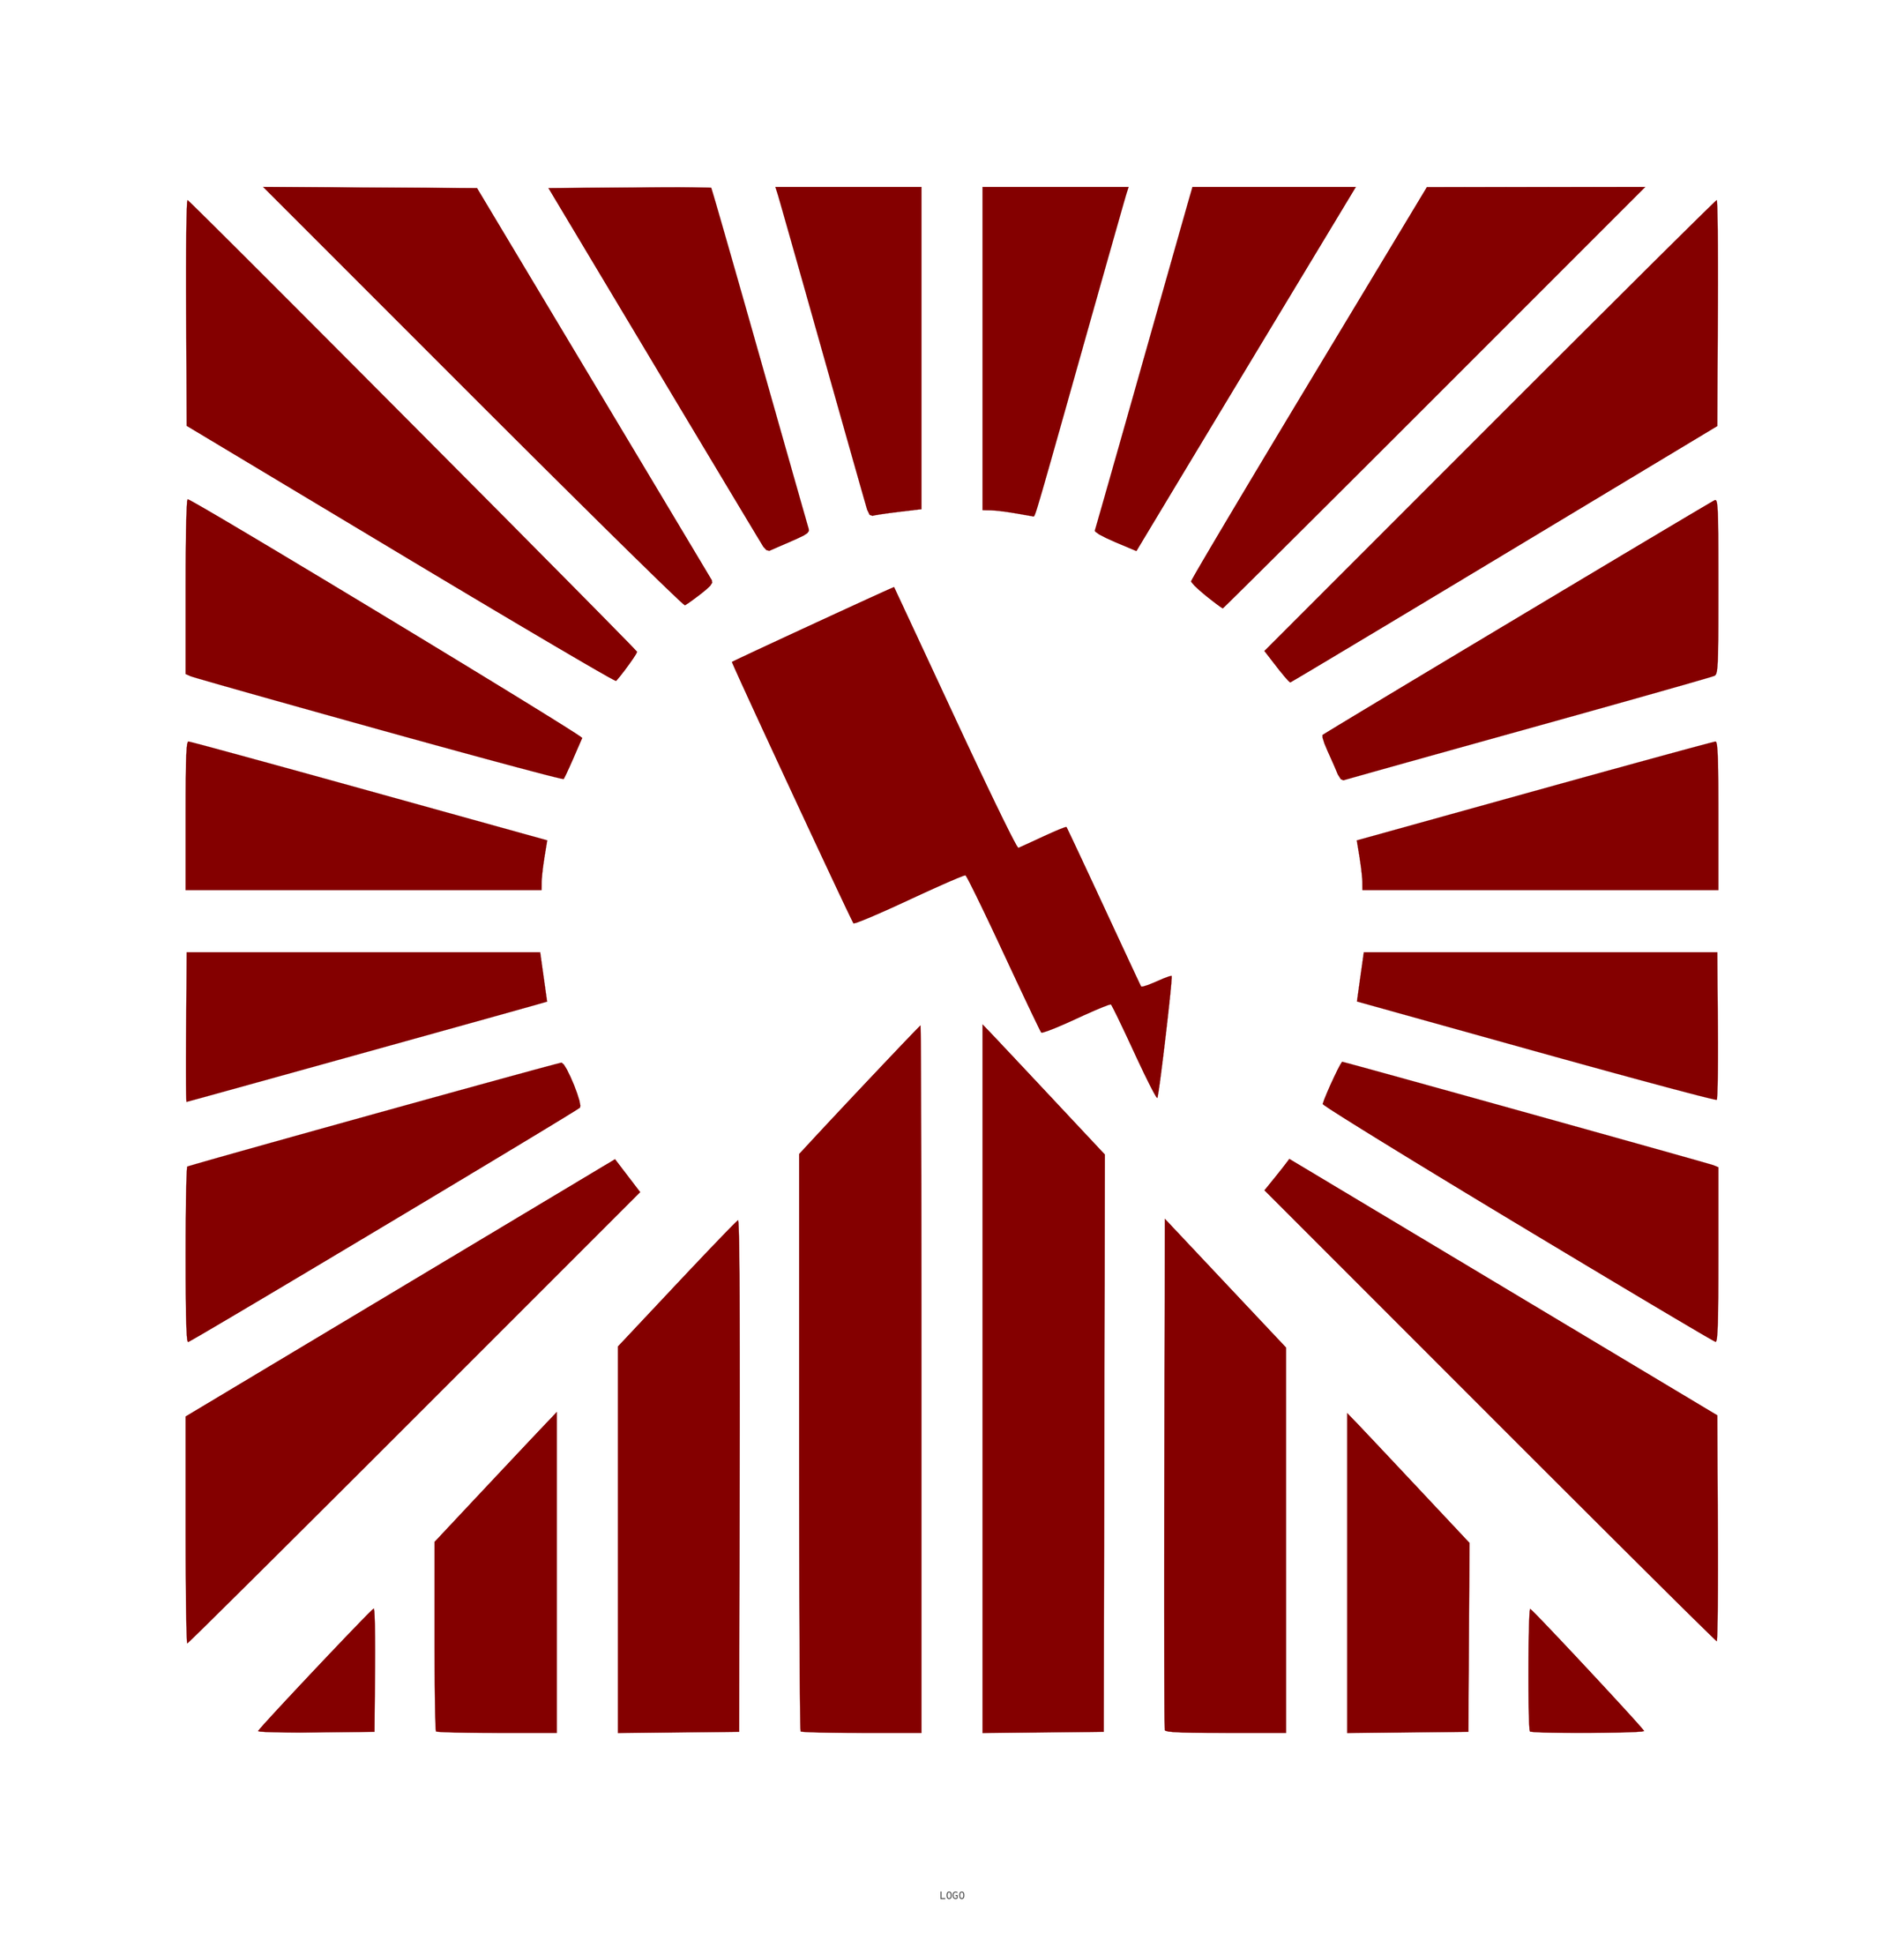
<source format=kicad_sym>
(kicad_symbol_lib
  (version 20220914)
  (generator "bitmap2component")
  (generator_version "9.0")
  (symbol "LOGO"
    (pin_names
      (offset 1.016))
    (property "Reference" "#G"
      (at 0 104.478 0)
      (effects (font (size 1.27 1.27)) hide))
    (symbol "LOGO_0_0"
      (polyline (pts (xy -78.724 -97.484) (xy -71.471 -97.412) (xy -71.4 -89.778) (xy -71.397 -89.421) (xy -71.389 -87.481) (xy -71.397 -85.742) (xy -71.419 -84.27) (xy -71.454 -83.135) (xy -71.5 -82.403) (xy -71.557 -82.145) (xy -71.76 -82.315) (xy -72.286 -82.832) (xy -73.084 -83.643) (xy -74.103 -84.696) (xy -75.296 -85.939) (xy -76.612 -87.32) (xy -78.003 -88.786) (xy -79.418 -90.285) (xy -80.809 -91.765) (xy -82.127 -93.174) (xy -83.322 -94.459) (xy -84.344 -95.569) (xy -85.145 -96.45) (xy -85.675 -97.051) (xy -85.884 -97.32) (xy -85.664 -97.379) (xy -84.968 -97.429) (xy -83.86 -97.466) (xy -82.407 -97.488) (xy -80.673 -97.495) (xy -78.724 -97.484)) (stroke (width 0.01) (type default)) (fill (type outline)))
      (polyline (pts (xy -48.909 -77.689) (xy -48.909 -57.831) (xy -50.895 -59.923) (xy -50.965 -59.996) (xy -51.715 -60.789) (xy -52.757 -61.893) (xy -54.021 -63.236) (xy -55.439 -64.743) (xy -56.941 -66.342) (xy -58.459 -67.958) (xy -64.035 -73.903) (xy -64.038 -85.545) (xy -64.037 -87.069) (xy -64.028 -89.43) (xy -64.013 -91.588) (xy -63.992 -93.487) (xy -63.965 -95.071) (xy -63.933 -96.283) (xy -63.898 -97.067) (xy -63.86 -97.367) (xy -63.857 -97.369) (xy -63.52 -97.416) (xy -62.719 -97.459) (xy -61.524 -97.495) (xy -60.007 -97.522) (xy -58.24 -97.54) (xy -56.294 -97.547) (xy -48.909 -97.547) (xy -48.909 -77.689)) (stroke (width 0.01) (type default)) (fill (type outline)))
      (polyline (pts (xy -33.844 -97.483) (xy -26.346 -97.412) (xy -26.277 -65.706) (xy -26.277 -65.52) (xy -26.267 -60.133) (xy -26.264 -55.236) (xy -26.266 -50.837) (xy -26.273 -46.938) (xy -26.286 -43.545) (xy -26.304 -40.664) (xy -26.327 -38.298) (xy -26.356 -36.453) (xy -26.391 -35.133) (xy -26.43 -34.345) (xy -26.475 -34.091) (xy -26.506 -34.112) (xy -26.84 -34.426) (xy -27.49 -35.08) (xy -28.415 -36.031) (xy -29.574 -37.236) (xy -30.926 -38.654) (xy -32.429 -40.24) (xy -34.042 -41.952) (xy -41.343 -49.723) (xy -41.343 -73.639) (xy -41.343 -97.555) (xy -33.844 -97.483)) (stroke (width 0.01) (type default)) (fill (type outline)))
      (polyline (pts (xy -3.783 -53.772) (xy -3.784 -49.961) (xy -3.785 -45.256) (xy -3.788 -40.723) (xy -3.792 -36.388) (xy -3.798 -32.282) (xy -3.804 -28.432) (xy -3.812 -24.866) (xy -3.82 -21.613) (xy -3.829 -18.702) (xy -3.839 -16.161) (xy -3.849 -14.018) (xy -3.861 -12.302) (xy -3.872 -11.041) (xy -3.885 -10.263) (xy -3.897 -9.998) (xy -3.927 -10.021) (xy -4.245 -10.336) (xy -4.869 -10.978) (xy -5.752 -11.898) (xy -6.847 -13.047) (xy -8.107 -14.374) (xy -9.486 -15.831) (xy -10.937 -17.367) (xy -12.412 -18.933) (xy -13.864 -20.48) (xy -15.248 -21.957) (xy -16.515 -23.316) (xy -17.619 -24.506) (xy -18.915 -25.908) (xy -18.915 -61.547) (xy -18.915 -63.023) (xy -18.913 -67.322) (xy -18.908 -71.461) (xy -18.901 -75.408) (xy -18.891 -79.132) (xy -18.88 -82.601) (xy -18.867 -85.783) (xy -18.852 -88.647) (xy -18.835 -91.16) (xy -18.817 -93.292) (xy -18.798 -95.01) (xy -18.778 -96.283) (xy -18.757 -97.079) (xy -18.735 -97.367) (xy -18.731 -97.369) (xy -18.395 -97.416) (xy -17.593 -97.459) (xy -16.398 -97.495) (xy -14.882 -97.522) (xy -13.115 -97.54) (xy -11.169 -97.547) (xy -3.783 -97.547) (xy -3.783 -53.772)) (stroke (width 0.01) (type default)) (fill (type outline)))
      (polyline (pts (xy 11.281 -97.483) (xy 18.78 -97.412) (xy 18.848 -61.692) (xy 18.917 -25.972) (xy 12.13 -18.728) (xy 10.62 -17.117) (xy 9.12 -15.518) (xy 7.754 -14.063) (xy 6.567 -12.801) (xy 5.609 -11.783) (xy 4.925 -11.059) (xy 4.563 -10.678) (xy 3.783 -9.873) (xy 3.783 -53.714) (xy 3.783 -97.555) (xy 11.281 -97.483)) (stroke (width 0.01) (type default)) (fill (type outline)))
      (polyline (pts (xy 41.34 -73.7) (xy 41.337 -49.854) (xy 33.841 -41.891) (xy 26.346 -33.927) (xy 26.276 -65.399) (xy 26.272 -67.557) (xy 26.265 -71.567) (xy 26.261 -75.41) (xy 26.259 -79.053) (xy 26.259 -82.461) (xy 26.262 -85.601) (xy 26.266 -88.438) (xy 26.273 -90.94) (xy 26.282 -93.07) (xy 26.292 -94.797) (xy 26.305 -96.085) (xy 26.319 -96.9) (xy 26.335 -97.209) (xy 26.407 -97.276) (xy 26.737 -97.368) (xy 27.372 -97.438) (xy 28.36 -97.489) (xy 29.746 -97.522) (xy 31.578 -97.541) (xy 33.903 -97.547) (xy 41.343 -97.547) (xy 41.34 -73.7)) (stroke (width 0.01) (type default)) (fill (type outline)))
      (polyline (pts (xy 56.407 -97.483) (xy 63.905 -97.412) (xy 63.976 -85.722) (xy 64.046 -74.032) (xy 57.52 -67.077) (xy 56.291 -65.768) (xy 54.778 -64.157) (xy 53.38 -62.671) (xy 52.147 -61.362) (xy 51.13 -60.286) (xy 50.382 -59.495) (xy 49.952 -59.045) (xy 48.908 -57.968) (xy 48.908 -77.762) (xy 48.908 -97.555) (xy 56.407 -97.483)) (stroke (width 0.01) (type default)) (fill (type outline)))
      (polyline (pts (xy 79.035 -97.541) (xy 80.699 -97.527) (xy 82.254 -97.503) (xy 83.614 -97.469) (xy 84.692 -97.426) (xy 85.402 -97.374) (xy 85.657 -97.312) (xy 85.518 -97.122) (xy 85.053 -96.583) (xy 84.309 -95.751) (xy 83.335 -94.68) (xy 82.18 -93.422) (xy 80.894 -92.029) (xy 79.527 -90.556) (xy 78.126 -89.054) (xy 76.743 -87.577) (xy 75.425 -86.177) (xy 74.223 -84.908) (xy 73.185 -83.822) (xy 72.361 -82.971) (xy 71.8 -82.41) (xy 71.552 -82.19) (xy 71.498 -82.404) (xy 71.45 -83.078) (xy 71.41 -84.131) (xy 71.379 -85.48) (xy 71.357 -87.043) (xy 71.343 -88.737) (xy 71.339 -90.481) (xy 71.344 -92.192) (xy 71.359 -93.787) (xy 71.383 -95.185) (xy 71.417 -96.302) (xy 71.462 -97.057) (xy 71.516 -97.367) (xy 71.587 -97.392) (xy 72.095 -97.446) (xy 73.012 -97.488) (xy 74.25 -97.518) (xy 75.725 -97.537) (xy 77.348 -97.544) (xy 79.035 -97.541)) (stroke (width 0.01) (type default)) (fill (type outline)))
      (polyline (pts (xy -94.64 -86.468) (xy -94.414 -86.265) (xy -93.828 -85.702) (xy -92.904 -84.799) (xy -91.663 -83.579) (xy -90.126 -82.062) (xy -88.315 -80.269) (xy -86.252 -78.222) (xy -83.956 -75.941) (xy -81.451 -73.448) (xy -78.756 -70.764) (xy -75.894 -67.911) (xy -72.885 -64.909) (xy -69.752 -61.779) (xy -66.515 -58.544) (xy -38.592 -30.62) (xy -40.147 -28.585) (xy -41.702 -26.55) (xy -44.292 -28.102) (xy -44.643 -28.313) (xy -45.528 -28.843) (xy -46.818 -29.616) (xy -48.478 -30.611) (xy -50.473 -31.806) (xy -52.767 -33.18) (xy -55.326 -34.713) (xy -58.115 -36.384) (xy -61.098 -38.171) (xy -64.24 -40.053) (xy -67.507 -42.01) (xy -70.863 -44.021) (xy -94.845 -58.386) (xy -94.845 -72.427) (xy -94.844 -73.457) (xy -94.838 -76.097) (xy -94.824 -78.547) (xy -94.805 -80.758) (xy -94.78 -82.68) (xy -94.751 -84.262) (xy -94.717 -85.454) (xy -94.681 -86.206) (xy -94.642 -86.468) (xy -94.64 -86.468)) (stroke (width 0.01) (type default)) (fill (type outline)))
      (polyline (pts (xy 94.658 -86.164) (xy 94.695 -85.721) (xy 94.726 -84.806) (xy 94.752 -83.47) (xy 94.772 -81.762) (xy 94.785 -79.732) (xy 94.791 -77.432) (xy 94.789 -74.911) (xy 94.779 -72.219) (xy 94.71 -58.241) (xy 68.229 -42.377) (xy 41.748 -26.512) (xy 41.282 -27.131) (xy 40.98 -27.523) (xy 40.398 -28.259) (xy 39.743 -29.074) (xy 38.669 -30.399) (xy 66.554 -58.298) (xy 66.66 -58.405) (xy 69.891 -61.636) (xy 73.018 -64.761) (xy 76.02 -67.757) (xy 78.874 -70.604) (xy 81.56 -73.281) (xy 84.057 -75.766) (xy 86.343 -78.037) (xy 88.396 -80.075) (xy 90.196 -81.858) (xy 91.721 -83.364) (xy 92.95 -84.572) (xy 93.861 -85.461) (xy 94.432 -86.01) (xy 94.644 -86.198) (xy 94.658 -86.164)) (stroke (width 0.01) (type default)) (fill (type outline)))
      (polyline (pts (xy -94.383 -49.096) (xy -93.784 -48.758) (xy -92.788 -48.182) (xy -91.433 -47.389) (xy -89.756 -46.401) (xy -87.795 -45.241) (xy -85.585 -43.931) (xy -83.166 -42.494) (xy -80.574 -40.951) (xy -77.847 -39.326) (xy -75.021 -37.639) (xy -72.134 -35.915) (xy -69.224 -34.175) (xy -66.327 -32.441) (xy -63.482 -30.735) (xy -60.724 -29.08) (xy -58.093 -27.499) (xy -55.624 -26.013) (xy -53.355 -24.645) (xy -51.324 -23.418) (xy -49.568 -22.352) (xy -48.124 -21.472) (xy -47.029 -20.798) (xy -46.321 -20.354) (xy -46.037 -20.162) (xy -45.993 -19.926) (xy -46.115 -19.287) (xy -46.394 -18.392) (xy -46.778 -17.372) (xy -47.215 -16.354) (xy -47.651 -15.467) (xy -48.034 -14.839) (xy -48.312 -14.598) (xy -48.532 -14.647) (xy -49.234 -14.829) (xy -50.374 -15.134) (xy -51.904 -15.548) (xy -53.78 -16.06) (xy -55.956 -16.656) (xy -58.386 -17.325) (xy -61.024 -18.052) (xy -63.826 -18.826) (xy -66.746 -19.634) (xy -69.737 -20.464) (xy -72.754 -21.302) (xy -75.752 -22.136) (xy -78.685 -22.953) (xy -81.508 -23.741) (xy -84.174 -24.487) (xy -86.639 -25.178) (xy -88.857 -25.802) (xy -90.781 -26.345) (xy -92.367 -26.796) (xy -93.569 -27.142) (xy -94.341 -27.369) (xy -94.638 -27.466) (xy -94.654 -27.505) (xy -94.698 -27.962) (xy -94.738 -28.881) (xy -94.773 -30.205) (xy -94.803 -31.876) (xy -94.826 -33.835) (xy -94.84 -36.025) (xy -94.845 -38.386) (xy -94.84 -41.32) (xy -94.823 -43.808) (xy -94.795 -45.797) (xy -94.754 -47.308) (xy -94.7 -48.361) (xy -94.633 -48.978) (xy -94.551 -49.179) (xy -94.383 -49.096)) (stroke (width 0.01) (type default)) (fill (type outline)))
      (polyline (pts (xy 94.532 -49.15) (xy 94.616 -48.985) (xy 94.684 -48.563) (xy 94.738 -47.843) (xy 94.78 -46.785) (xy 94.81 -45.349) (xy 94.83 -43.494) (xy 94.841 -41.179) (xy 94.845 -38.364) (xy 94.845 -27.55) (xy 94.237 -27.295) (xy 94.118 -27.257) (xy 93.525 -27.084) (xy 92.484 -26.786) (xy 91.041 -26.378) (xy 89.241 -25.87) (xy 87.13 -25.277) (xy 84.754 -24.611) (xy 82.16 -23.885) (xy 79.393 -23.111) (xy 76.5 -22.303) (xy 73.526 -21.474) (xy 70.517 -20.635) (xy 67.52 -19.801) (xy 64.58 -18.983) (xy 61.744 -18.195) (xy 59.057 -17.45) (xy 56.565 -16.759) (xy 54.315 -16.137) (xy 52.353 -15.596) (xy 50.724 -15.148) (xy 49.474 -14.807) (xy 48.65 -14.585) (xy 48.297 -14.495) (xy 48.267 -14.512) (xy 48.05 -14.848) (xy 47.696 -15.524) (xy 47.263 -16.418) (xy 46.807 -17.407) (xy 46.387 -18.369) (xy 46.057 -19.18) (xy 45.876 -19.718) (xy 46.039 -19.858) (xy 46.635 -20.263) (xy 47.638 -20.911) (xy 49.017 -21.782) (xy 50.743 -22.859) (xy 52.785 -24.123) (xy 55.113 -25.554) (xy 57.697 -27.135) (xy 60.507 -28.847) (xy 63.511 -30.671) (xy 66.681 -32.588) (xy 69.985 -34.58) (xy 72.843 -36.298) (xy 76.045 -38.221) (xy 79.094 -40.048) (xy 81.958 -41.761) (xy 84.606 -43.342) (xy 87.007 -44.772) (xy 89.131 -46.032) (xy 90.947 -47.105) (xy 92.423 -47.973) (xy 93.529 -48.616) (xy 94.234 -49.016) (xy 94.507 -49.156) (xy 94.532 -49.15)) (stroke (width 0.01) (type default)) (fill (type outline)))
      (polyline (pts (xy -94.692 -19.444) (xy -94.235 -19.321) (xy -93.322 -19.071) (xy -92 -18.706) (xy -90.316 -18.241) (xy -88.316 -17.688) (xy -86.047 -17.059) (xy -83.555 -16.368) (xy -80.888 -15.628) (xy -78.092 -14.852) (xy -75.214 -14.053) (xy -72.3 -13.243) (xy -69.397 -12.436) (xy -66.552 -11.645) (xy -63.811 -10.882) (xy -61.221 -10.161) (xy -58.829 -9.495) (xy -56.681 -8.896) (xy -54.825 -8.377) (xy -53.306 -7.952) (xy -52.172 -7.633) (xy -51.468 -7.434) (xy -50.11 -7.045) (xy -50.538 -3.995) (xy -50.966 -0.946) (xy -72.838 -0.946) (xy -94.71 -0.946) (xy -94.781 -10.2) (xy -94.792 -11.953) (xy -94.8 -13.988) (xy -94.8 -15.791) (xy -94.794 -17.302) (xy -94.781 -18.457) (xy -94.761 -19.195) (xy -94.736 -19.455) (xy -94.692 -19.444)) (stroke (width 0.01) (type default)) (fill (type outline)))
      (polyline (pts (xy 94.68 -19.04) (xy 94.721 -18.393) (xy 94.754 -17.315) (xy 94.778 -15.87) (xy 94.79 -14.124) (xy 94.792 -12.139) (xy 94.781 -9.981) (xy 94.71 -0.946) (xy 72.838 -0.946) (xy 50.966 -0.946) (xy 50.539 -3.986) (xy 50.384 -5.095) (xy 50.245 -6.098) (xy 50.151 -6.777) (xy 50.119 -7.028) (xy 50.252 -7.066) (xy 50.858 -7.235) (xy 51.92 -7.531) (xy 53.4 -7.944) (xy 55.259 -8.463) (xy 57.461 -9.077) (xy 59.968 -9.776) (xy 62.74 -10.549) (xy 65.742 -11.386) (xy 68.936 -12.277) (xy 72.282 -13.21) (xy 74.683 -13.878) (xy 77.932 -14.777) (xy 81.004 -15.623) (xy 83.861 -16.403) (xy 86.466 -17.109) (xy 88.78 -17.73) (xy 90.764 -18.256) (xy 92.381 -18.676) (xy 93.593 -18.981) (xy 94.36 -19.159) (xy 94.646 -19.202) (xy 94.68 -19.04)) (stroke (width 0.01) (type default)) (fill (type outline)))
      (polyline (pts (xy 25.461 -18.786) (xy 25.571 -18.122) (xy 25.721 -17.074) (xy 25.899 -15.725) (xy 26.096 -14.159) (xy 26.303 -12.46) (xy 26.509 -10.71) (xy 26.705 -8.995) (xy 26.881 -7.398) (xy 27.027 -6.001) (xy 27.132 -4.89) (xy 27.189 -4.147) (xy 27.185 -3.857) (xy 27.175 -3.852) (xy 26.848 -3.927) (xy 26.179 -4.179) (xy 25.298 -4.559) (xy 25.184 -4.61) (xy 24.323 -4.964) (xy 23.687 -5.169) (xy 23.407 -5.183) (xy 23.389 -5.148) (xy 23.19 -4.732) (xy 22.797 -3.895) (xy 22.234 -2.691) (xy 21.526 -1.173) (xy 20.698 0.605) (xy 19.775 2.59) (xy 18.782 4.729) (xy 18.469 5.402) (xy 17.496 7.495) (xy 16.6 9.414) (xy 15.808 11.108) (xy 15.143 12.523) (xy 14.631 13.606) (xy 14.296 14.304) (xy 14.163 14.565) (xy 13.937 14.517) (xy 13.314 14.278) (xy 12.396 13.887) (xy 11.286 13.384) (xy 10.296 12.925) (xy 9.298 12.466) (xy 8.566 12.133) (xy 8.213 11.978) (xy 8.205 11.978) (xy 8.014 12.248) (xy 7.617 12.973) (xy 7.029 14.12) (xy 6.267 15.656) (xy 5.346 17.549) (xy 4.282 19.764) (xy 3.091 22.27) (xy 1.79 25.033) (xy 0.395 28.021) (xy -0.167 29.229) (xy -1.428 31.938) (xy -2.612 34.481) (xy -3.7 36.819) (xy -4.675 38.91) (xy -5.516 40.715) (xy -6.205 42.192) (xy -6.723 43.301) (xy -7.051 44.002) (xy -7.17 44.252) (xy -7.243 44.226) (xy -7.723 44.017) (xy -8.596 43.625) (xy -9.8 43.078) (xy -11.272 42.405) (xy -12.949 41.635) (xy -14.77 40.798) (xy -16.67 39.921) (xy -18.587 39.035) (xy -20.46 38.168) (xy -22.224 37.349) (xy -23.818 36.607) (xy -25.178 35.971) (xy -26.243 35.469) (xy -26.948 35.132) (xy -27.233 34.987) (xy -27.174 34.829) (xy -26.913 34.23) (xy -26.463 33.23) (xy -25.848 31.878) (xy -25.09 30.224) (xy -24.212 28.316) (xy -23.237 26.205) (xy -22.189 23.939) (xy -21.089 21.568) (xy -19.962 19.141) (xy -18.829 16.707) (xy -17.714 14.315) (xy -16.64 12.016) (xy -15.629 9.858) (xy -14.705 7.89) (xy -13.891 6.162) (xy -13.209 4.722) (xy -12.682 3.622) (xy -12.333 2.908) (xy -12.186 2.632) (xy -12.181 2.629) (xy -11.865 2.699) (xy -11.129 2.973) (xy -10.04 3.422) (xy -8.662 4.02) (xy -7.059 4.739) (xy -5.296 5.551) (xy -5.192 5.6) (xy -3.431 6.413) (xy -1.83 7.139) (xy -0.454 7.748) (xy 0.63 8.211) (xy 1.358 8.501) (xy 1.663 8.588) (xy 1.686 8.567) (xy 1.908 8.194) (xy 2.323 7.398) (xy 2.905 6.23) (xy 3.629 4.744) (xy 4.468 2.994) (xy 5.396 1.033) (xy 6.387 -1.087) (xy 6.637 -1.623) (xy 7.614 -3.714) (xy 8.518 -5.64) (xy 9.324 -7.345) (xy 10.006 -8.776) (xy 10.538 -9.878) (xy 10.895 -10.599) (xy 11.05 -10.882) (xy 11.232 -10.874) (xy 11.84 -10.681) (xy 12.787 -10.313) (xy 13.988 -9.802) (xy 15.359 -9.181) (xy 16.39 -8.708) (xy 17.643 -8.153) (xy 18.663 -7.726) (xy 19.364 -7.46) (xy 19.663 -7.392) (xy 19.745 -7.515) (xy 20.037 -8.066) (xy 20.496 -8.995) (xy 21.09 -10.232) (xy 21.786 -11.707) (xy 22.549 -13.351) (xy 23.068 -14.466) (xy 23.783 -15.967) (xy 24.407 -17.234) (xy 24.908 -18.202) (xy 25.253 -18.806) (xy 25.408 -18.983) (xy 25.461 -18.786)) (stroke (width 0.01) (type default)) (fill (type outline)))
      (polyline (pts (xy -50.786 7.769) (xy -50.785 7.8) (xy -50.729 8.598) (xy -50.603 9.688) (xy -50.433 10.845) (xy -50.095 12.908) (xy -72.132 19.029) (xy -74.398 19.657) (xy -77.65 20.558) (xy -80.729 21.408) (xy -83.597 22.198) (xy -86.215 22.916) (xy -88.544 23.553) (xy -90.546 24.097) (xy -92.182 24.539) (xy -93.413 24.867) (xy -94.201 25.071) (xy -94.507 25.14) (xy -94.562 25.104) (xy -94.647 24.852) (xy -94.714 24.32) (xy -94.765 23.464) (xy -94.802 22.242) (xy -94.827 20.61) (xy -94.841 18.525) (xy -94.845 15.943) (xy -94.845 6.755) (xy -72.822 6.755) (xy -50.8 6.755) (xy -50.786 7.769)) (stroke (width 0.01) (type default)) (fill (type outline)))
      (polyline (pts (xy 94.845 15.943) (xy 94.843 17.438) (xy 94.834 19.74) (xy 94.815 21.568) (xy 94.783 22.967) (xy 94.738 23.981) (xy 94.678 24.651) (xy 94.602 25.023) (xy 94.507 25.139) (xy 94.356 25.108) (xy 93.721 24.947) (xy 92.631 24.658) (xy 91.123 24.253) (xy 89.237 23.74) (xy 87.01 23.132) (xy 84.483 22.439) (xy 81.693 21.671) (xy 78.678 20.839) (xy 75.479 19.953) (xy 72.133 19.024) (xy 50.096 12.9) (xy 50.434 10.841) (xy 50.443 10.783) (xy 50.611 9.625) (xy 50.734 8.545) (xy 50.786 7.769) (xy 50.8 6.755) (xy 72.822 6.755) (xy 94.845 6.755) (xy 94.845 15.943)) (stroke (width 0.01) (type default)) (fill (type outline)))
      (polyline (pts (xy -48.001 20.596) (xy -47.741 21.112) (xy -47.355 21.943) (xy -46.9 22.968) (xy -46.675 23.486) (xy -46.25 24.463) (xy -45.928 25.203) (xy -45.765 25.577) (xy -45.765 25.579) (xy -45.993 25.759) (xy -46.648 26.193) (xy -47.691 26.859) (xy -49.087 27.735) (xy -50.798 28.798) (xy -52.787 30.026) (xy -55.018 31.397) (xy -57.454 32.888) (xy -60.058 34.478) (xy -62.794 36.143) (xy -65.624 37.863) (xy -68.513 39.614) (xy -71.422 41.374) (xy -74.316 43.121) (xy -77.157 44.834) (xy -79.909 46.488) (xy -82.535 48.063) (xy -84.999 49.536) (xy -87.263 50.885) (xy -89.29 52.087) (xy -91.044 53.121) (xy -92.489 53.964) (xy -93.587 54.593) (xy -94.302 54.987) (xy -94.596 55.123) (xy -94.656 54.865) (xy -94.709 54.107) (xy -94.756 52.893) (xy -94.793 51.264) (xy -94.821 49.262) (xy -94.839 46.93) (xy -94.845 44.309) (xy -94.845 33.495) (xy -94.237 33.223) (xy -93.991 33.142) (xy -93.249 32.921) (xy -92.055 32.575) (xy -90.45 32.115) (xy -88.472 31.553) (xy -86.159 30.898) (xy -83.55 30.164) (xy -80.684 29.359) (xy -77.6 28.495) (xy -74.336 27.583) (xy -70.931 26.634) (xy -68.061 25.837) (xy -64.793 24.935) (xy -61.707 24.087) (xy -58.839 23.304) (xy -56.229 22.596) (xy -53.913 21.974) (xy -51.928 21.447) (xy -50.314 21.025) (xy -49.107 20.719) (xy -48.345 20.539) (xy -48.065 20.494) (xy -48.001 20.596)) (stroke (width 0.01) (type default)) (fill (type outline)))
      (polyline (pts (xy 48.645 20.401) (xy 49.339 20.599) (xy 50.485 20.923) (xy 52.045 21.362) (xy 53.981 21.905) (xy 56.254 22.541) (xy 58.826 23.26) (xy 61.66 24.051) (xy 64.715 24.903) (xy 67.956 25.806) (xy 71.343 26.749) (xy 74.027 27.497) (xy 77.308 28.413) (xy 80.414 29.283) (xy 83.308 30.096) (xy 85.95 30.841) (xy 88.302 31.508) (xy 90.327 32.084) (xy 91.984 32.56) (xy 93.237 32.925) (xy 94.046 33.167) (xy 94.372 33.275) (xy 94.387 33.284) (xy 94.503 33.386) (xy 94.598 33.577) (xy 94.673 33.908) (xy 94.731 34.43) (xy 94.775 35.192) (xy 94.806 36.243) (xy 94.826 37.636) (xy 94.838 39.418) (xy 94.843 41.64) (xy 94.845 44.353) (xy 94.843 46.765) (xy 94.838 49.043) (xy 94.827 50.871) (xy 94.807 52.294) (xy 94.778 53.362) (xy 94.736 54.12) (xy 94.681 54.617) (xy 94.61 54.901) (xy 94.522 55.018) (xy 94.414 55.016) (xy 94.243 54.923) (xy 93.638 54.572) (xy 92.636 53.981) (xy 91.274 53.175) (xy 89.59 52.174) (xy 87.62 51.002) (xy 85.403 49.681) (xy 82.975 48.233) (xy 80.376 46.68) (xy 77.641 45.046) (xy 74.808 43.352) (xy 71.915 41.621) (xy 68.999 39.875) (xy 66.097 38.138) (xy 63.248 36.43) (xy 60.488 34.775) (xy 57.856 33.195) (xy 55.387 31.713) (xy 53.121 30.35) (xy 51.094 29.13) (xy 49.344 28.075) (xy 47.908 27.206) (xy 46.824 26.548) (xy 46.129 26.121) (xy 45.861 25.949) (xy 45.853 25.94) (xy 45.87 25.591) (xy 46.084 24.907) (xy 46.45 24.028) (xy 46.871 23.098) (xy 47.333 22.051) (xy 47.672 21.25) (xy 47.752 21.064) (xy 48.115 20.481) (xy 48.441 20.34) (xy 48.645 20.401)) (stroke (width 0.01) (type default)) (fill (type outline)))
      (polyline (pts (xy -41.565 32.644) (xy -41.125 33.154) (xy -40.568 33.867) (xy -39.984 34.657) (xy -39.463 35.399) (xy -39.096 35.967) (xy -38.974 36.236) (xy -39.02 36.294) (xy -39.387 36.685) (xy -40.097 37.42) (xy -41.125 38.472) (xy -42.445 39.816) (xy -44.03 41.425) (xy -45.855 43.273) (xy -47.895 45.335) (xy -50.122 47.585) (xy -52.512 49.996) (xy -55.038 52.543) (xy -57.676 55.199) (xy -60.398 57.939) (xy -63.178 60.736) (xy -65.993 63.565) (xy -68.814 66.4) (xy -71.617 69.215) (xy -74.375 71.983) (xy -77.064 74.679) (xy -79.656 77.277) (xy -82.126 79.751) (xy -84.449 82.075) (xy -86.597 84.222) (xy -88.547 86.168) (xy -90.271 87.885) (xy -91.744 89.349) (xy -92.94 90.532) (xy -93.833 91.409) (xy -94.397 91.955) (xy -94.607 92.143) (xy -94.611 92.141) (xy -94.659 91.844) (xy -94.701 91.051) (xy -94.736 89.802) (xy -94.762 88.139) (xy -94.78 86.103) (xy -94.79 83.736) (xy -94.79 81.079) (xy -94.78 78.173) (xy -94.71 64.203) (xy -68.237 48.319) (xy -66.781 47.446) (xy -63.368 45.403) (xy -60.096 43.45) (xy -56.995 41.603) (xy -54.093 39.881) (xy -51.42 38.3) (xy -49.005 36.877) (xy -46.877 35.63) (xy -45.067 34.576) (xy -43.602 33.733) (xy -42.512 33.116) (xy -41.827 32.744) (xy -41.575 32.633) (xy -41.565 32.644)) (stroke (width 0.01) (type default)) (fill (type outline)))
      (polyline (pts (xy 41.898 32.47) (xy 42.318 32.713) (xy 43.16 33.21) (xy 44.395 33.944) (xy 45.994 34.898) (xy 47.927 36.054) (xy 50.165 37.394) (xy 52.68 38.9) (xy 55.44 40.556) (xy 58.419 42.344) (xy 61.585 44.246) (xy 64.909 46.245) (xy 68.364 48.323) (xy 94.71 64.176) (xy 94.779 78.159) (xy 94.784 79.141) (xy 94.791 81.777) (xy 94.789 84.226) (xy 94.781 86.435) (xy 94.765 88.356) (xy 94.743 89.937) (xy 94.716 91.129) (xy 94.682 91.881) (xy 94.644 92.143) (xy 94.643 92.142) (xy 94.419 91.942) (xy 93.836 91.382) (xy 92.914 90.482) (xy 91.675 89.264) (xy 90.141 87.748) (xy 88.332 85.957) (xy 86.271 83.912) (xy 83.977 81.632) (xy 81.474 79.141) (xy 78.781 76.459) (xy 75.922 73.606) (xy 72.915 70.606) (xy 69.784 67.478) (xy 66.55 64.243) (xy 38.661 36.344) (xy 40.177 34.385) (xy 40.53 33.934) (xy 41.161 33.164) (xy 41.63 32.638) (xy 41.855 32.448) (xy 41.898 32.47)) (stroke (width 0.01) (type default)) (fill (type outline)))
      (polyline (pts (xy 33.578 41.676) (xy 33.989 42.071) (xy 34.748 42.814) (xy 35.832 43.883) (xy 37.219 45.257) (xy 38.887 46.913) (xy 40.815 48.828) (xy 42.98 50.983) (xy 45.36 53.354) (xy 47.933 55.919) (xy 50.678 58.657) (xy 53.571 61.546) (xy 56.592 64.564) (xy 59.717 67.688) (xy 85.791 93.764) (xy 72.281 93.754) (xy 58.771 93.743) (xy 44.18 69.52) (xy 42.435 66.622) (xy 40.511 63.419) (xy 38.683 60.37) (xy 36.969 57.507) (xy 35.389 54.859) (xy 33.96 52.459) (xy 32.7 50.336) (xy 31.629 48.522) (xy 30.764 47.047) (xy 30.123 45.942) (xy 29.725 45.238) (xy 29.588 44.966) (xy 29.629 44.865) (xy 29.989 44.444) (xy 30.638 43.833) (xy 31.48 43.126) (xy 31.886 42.804) (xy 32.675 42.194) (xy 33.249 41.773) (xy 33.507 41.614) (xy 33.578 41.676)) (stroke (width 0.01) (type default)) (fill (type outline)))
      (polyline (pts (xy -33.025 42.013) (xy -32.614 42.273) (xy -31.932 42.763) (xy -31.107 43.388) (xy -30.503 43.87) (xy -29.918 44.414) (xy -29.679 44.795) (xy -29.722 45.094) (xy -29.84 45.293) (xy -30.223 45.934) (xy -30.849 46.981) (xy -31.7 48.405) (xy -32.758 50.173) (xy -34.004 52.255) (xy -35.419 54.619) (xy -36.984 57.234) (xy -38.681 60.069) (xy -40.492 63.092) (xy -42.397 66.273) (xy -44.378 69.58) (xy -58.784 93.629) (xy -72.018 93.698) (xy -85.252 93.768) (xy -59.312 67.823) (xy -57.638 66.15) (xy -54.571 63.089) (xy -51.618 60.148) (xy -48.803 57.35) (xy -46.146 54.715) (xy -43.67 52.267) (xy -41.398 50.026) (xy -39.351 48.015) (xy -37.552 46.256) (xy -36.024 44.77) (xy -34.787 43.58) (xy -33.866 42.706) (xy -33.281 42.172) (xy -33.056 41.999) (xy -33.025 42.013)) (stroke (width 0.01) (type default)) (fill (type outline)))
      (polyline (pts (xy -22.464 48.802) (xy -21.877 49.059) (xy -20.99 49.444) (xy -19.93 49.904) (xy -19.213 50.22) (xy -18.371 50.625) (xy -17.901 50.929) (xy -17.719 51.192) (xy -17.743 51.472) (xy -17.762 51.535) (xy -17.911 52.05) (xy -18.191 53.029) (xy -18.592 54.434) (xy -19.102 56.224) (xy -19.709 58.358) (xy -20.402 60.796) (xy -21.17 63.498) (xy -22 66.424) (xy -22.882 69.532) (xy -23.804 72.784) (xy -24.155 74.022) (xy -25.06 77.208) (xy -25.919 80.227) (xy -26.722 83.04) (xy -27.456 85.607) (xy -28.111 87.89) (xy -28.675 89.849) (xy -29.137 91.445) (xy -29.487 92.638) (xy -29.712 93.39) (xy -29.8 93.661) (xy -29.803 93.662) (xy -30.122 93.685) (xy -30.918 93.703) (xy -32.129 93.714) (xy -33.696 93.72) (xy -35.558 93.719) (xy -37.655 93.713) (xy -39.926 93.7) (xy -49.943 93.629) (xy -36.844 71.742) (xy -36.363 70.936) (xy -34.489 67.805) (xy -32.693 64.806) (xy -30.995 61.972) (xy -29.415 59.337) (xy -27.974 56.932) (xy -26.69 54.792) (xy -25.584 52.95) (xy -24.676 51.44) (xy -23.985 50.293) (xy -23.532 49.544) (xy -23.337 49.225) (xy -22.97 48.833) (xy -22.61 48.738) (xy -22.464 48.802)) (stroke (width 0.01) (type default)) (fill (type outline)))
      (polyline (pts (xy 26.904 55.496) (xy 26.989 55.638) (xy 27.891 57.136) (xy 29.03 59.028) (xy 30.369 61.25) (xy 31.869 63.74) (xy 33.494 66.436) (xy 35.205 69.274) (xy 36.966 72.194) (xy 38.737 75.131) (xy 40.482 78.024) (xy 49.978 93.764) (xy 39.87 93.764) (xy 29.762 93.764) (xy 29.352 92.345) (xy 29.35 92.338) (xy 29.206 91.837) (xy 28.929 90.862) (xy 28.53 89.455) (xy 28.021 87.662) (xy 27.415 85.525) (xy 26.725 83.09) (xy 25.962 80.4) (xy 25.14 77.498) (xy 24.271 74.429) (xy 23.367 71.237) (xy 23.283 70.938) (xy 22.392 67.792) (xy 21.543 64.799) (xy 20.748 61.998) (xy 20.019 59.432) (xy 19.367 57.141) (xy 18.804 55.165) (xy 18.342 53.546) (xy 17.991 52.325) (xy 17.765 51.542) (xy 17.674 51.238) (xy 17.735 51.109) (xy 18.197 50.779) (xy 19.04 50.335) (xy 20.189 49.818) (xy 22.822 48.708) (xy 26.904 55.496)) (stroke (width 0.01) (type default)) (fill (type outline)))
      (polyline (pts (xy -9.583 53.131) (xy -8.863 53.252) (xy -7.831 53.4) (xy -6.619 53.553) (xy -3.783 53.89) (xy -3.783 73.827) (xy -3.783 93.764) (xy -12.821 93.764) (xy -21.859 93.764) (xy -21.616 93.021) (xy -21.533 92.743) (xy -21.308 91.966) (xy -20.96 90.749) (xy -20.5 89.133) (xy -19.94 87.162) (xy -19.293 84.88) (xy -18.57 82.33) (xy -17.785 79.553) (xy -16.95 76.595) (xy -16.076 73.498) (xy -15.355 70.944) (xy -14.51 67.95) (xy -13.712 65.126) (xy -12.974 62.518) (xy -12.308 60.168) (xy -11.727 58.12) (xy -11.243 56.418) (xy -10.868 55.105) (xy -10.615 54.225) (xy -10.497 53.822) (xy -10.195 53.192) (xy -9.835 53.07) (xy -9.583 53.131)) (stroke (width 0.01) (type default)) (fill (type outline)))
      (polyline (pts (xy 10.124 52.992) (xy 10.174 53.046) (xy 10.243 53.182) (xy 10.339 53.434) (xy 10.474 53.836) (xy 10.656 54.422) (xy 10.895 55.224) (xy 11.203 56.277) (xy 11.587 57.615) (xy 12.059 59.27) (xy 12.629 61.278) (xy 13.305 63.67) (xy 14.099 66.482) (xy 15.019 69.747) (xy 16.077 73.498) (xy 16.803 76.075) (xy 17.646 79.06) (xy 18.441 81.871) (xy 19.174 84.463) (xy 19.835 86.794) (xy 20.41 88.821) (xy 20.888 90.5) (xy 21.256 91.788) (xy 21.503 92.643) (xy 21.615 93.021) (xy 21.859 93.764) (xy 12.821 93.764) (xy 3.783 93.764) (xy 3.783 73.768) (xy 3.783 53.772) (xy 4.796 53.755) (xy 4.812 53.755) (xy 5.603 53.697) (xy 6.687 53.563) (xy 7.836 53.384) (xy 8.018 53.352) (xy 8.984 53.183) (xy 9.708 53.056) (xy 10.044 52.996) (xy 10.081 52.987) (xy 10.124 52.992)) (stroke (width 0.01) (type default)) (fill (type outline))))))
</source>
